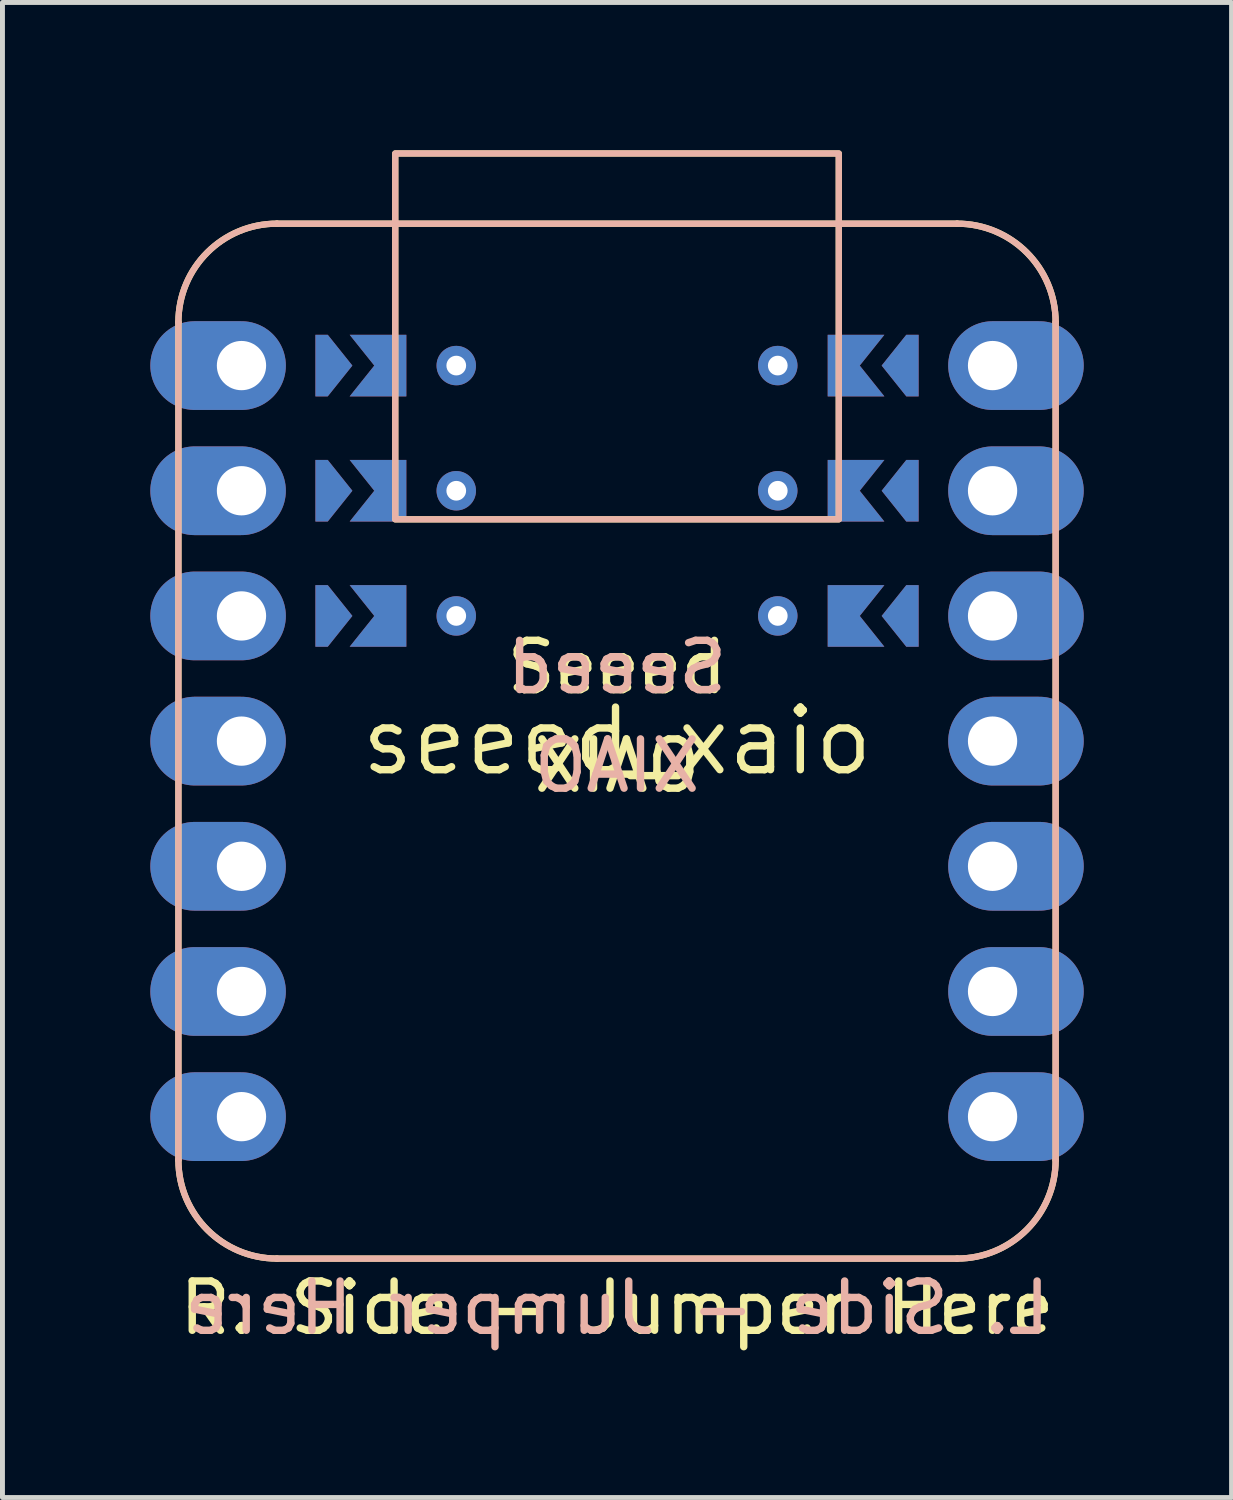
<source format=kicad_pcb>
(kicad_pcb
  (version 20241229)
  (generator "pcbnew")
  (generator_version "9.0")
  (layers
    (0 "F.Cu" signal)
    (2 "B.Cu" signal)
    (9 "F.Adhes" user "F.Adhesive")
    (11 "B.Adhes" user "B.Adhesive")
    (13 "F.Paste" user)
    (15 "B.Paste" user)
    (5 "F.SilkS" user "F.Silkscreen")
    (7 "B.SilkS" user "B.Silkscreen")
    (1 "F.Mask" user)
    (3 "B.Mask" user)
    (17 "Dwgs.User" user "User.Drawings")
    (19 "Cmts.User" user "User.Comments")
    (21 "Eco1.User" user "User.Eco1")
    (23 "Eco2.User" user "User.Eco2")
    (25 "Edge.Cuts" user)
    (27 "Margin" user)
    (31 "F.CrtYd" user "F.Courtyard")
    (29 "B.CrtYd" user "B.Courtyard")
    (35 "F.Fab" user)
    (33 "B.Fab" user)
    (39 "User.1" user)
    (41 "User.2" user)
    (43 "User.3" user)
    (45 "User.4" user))
  (footprint "seeed_xaio"
    (layer "F.Cu")
    (at 9.47 11.988)
    (property "Reference" "seeed_xaio" (at 0 0 180) (layer "F.SilkS") (effects (font (size 1.27 1.27) (thickness 0.15))))
    (attr smd exclude_from_pos_files)
    (fp_line (start -8.9 -8.5) (end -8.9 8.5) (stroke (width 0.127) (type solid)) (layer "F.SilkS"))
    (fp_line (start -6.9 10.5) (end 6.9 10.5) (stroke (width 0.127) (type solid)) (layer "F.SilkS"))
    (fp_line (start 6.9 -10.5) (end -6.9 -10.5) (stroke (width 0.127) (type solid)) (layer "F.SilkS"))
    (fp_line (start 8.9 8.5) (end 8.9 -8.5) (stroke (width 0.127) (type solid)) (layer "F.SilkS"))
    (fp_rect (start 4.5 -4.5) (end -4.5 -11.924) (stroke (width 0.127) (type solid)) (fill no) (layer "F.SilkS"))
    (fp_arc (start -8.9 -8.5) (mid -8.314214 -9.914214) (end -6.9 -10.5) (stroke (width 0.127) (type solid)) (layer "F.SilkS"))
    (fp_arc (start -6.9 10.5) (mid -8.314214 9.914214) (end -8.9 8.5) (stroke (width 0.127) (type solid)) (layer "F.SilkS"))
    (fp_arc (start 6.9 -10.5) (mid 8.314214 -9.914214) (end 8.9 -8.5) (stroke (width 0.127) (type solid)) (layer "F.SilkS"))
    (fp_arc (start 8.9 8.5) (mid 8.314214 9.914214) (end 6.9 10.5) (stroke (width 0.127) (type solid)) (layer "F.SilkS"))
    (fp_line (start -8.9 -8.5) (end -8.9 8.5) (stroke (width 0.127) (type solid)) (layer "B.SilkS"))
    (fp_line (start -6.9 10.5) (end 6.9 10.5) (stroke (width 0.127) (type solid)) (layer "B.SilkS"))
    (fp_line (start 6.9 -10.5) (end -6.9 -10.5) (stroke (width 0.127) (type solid)) (layer "B.SilkS"))
    (fp_line (start 8.9 8.5) (end 8.9 -8.5) (stroke (width 0.127) (type solid)) (layer "B.SilkS"))
    (fp_rect (start 4.5 -4.5) (end -4.5 -11.924) (stroke (width 0.127) (type solid)) (fill no) (layer "B.SilkS"))
    (fp_arc (start -8.9 -8.5) (mid -8.314214 -9.914214) (end -6.9 -10.5) (stroke (width 0.127) (type solid)) (layer "B.SilkS"))
    (fp_arc (start -6.9 10.5) (mid -8.314214 9.914214) (end -8.9 8.5) (stroke (width 0.127) (type solid)) (layer "B.SilkS"))
    (fp_arc (start 6.9 -10.5) (mid 8.314214 -9.914214) (end 8.9 -8.5) (stroke (width 0.127) (type solid)) (layer "B.SilkS"))
    (fp_arc (start 8.9 8.5) (mid 8.314214 9.914214) (end 6.9 10.5) (stroke (width 0.127) (type solid)) (layer "B.SilkS"))
    (fp_text user "XIAO" (at 0 0.5 180) (layer "F.SilkS") (effects (font (size 1 1) (thickness 0.15))))
    (fp_text user "Seeed" (at 0 -1.5 180) (layer "F.SilkS") (effects (font (size 1 1) (thickness 0.15))))
    (fp_text user "R. Side - Jumper Here" (at 0 11.5 180) (layer "F.SilkS") (effects (font (size 1 1) (thickness 0.15))))
    (fp_text user "Seeed" (at 0 -1.5 180) (layer "B.SilkS") (effects (font (size 1 1) (thickness 0.15)) (justify mirror)))
    (fp_text user "XIAO" (at 0 0.5 180) (layer "B.SilkS") (effects (font (size 1 1) (thickness 0.15)) (justify mirror)))
    (fp_text user "L. Side - Jumper Here" (at 0 11.5 180) (layer "B.SilkS") (effects (font (size 1 1) (thickness 0.15)) (justify mirror)))
    (pad "0" thru_hole oval (at -7.62 -7.62) (size 2.75 1.8) (drill 1 (offset -0.475 0)) (layers "*.Cu" "*.Mask"))
    (pad "0" smd custom (at -5.62 -7.62) (size 0.2 0.2) (layers "F.Cu" "F.Mask") (options (anchor rect)) (primitives (gr_poly (pts (xy -0.5 -0.625) (xy -0.25 -0.625) (xy 0.25 0) (xy -0.25 0.625) (xy -0.5 0.625)) (width 0) (fill yes))))
    (pad "0" smd custom (at -5.62 -7.62) (size 0.2 0.2) (layers "B.Cu" "B.Mask") (options (anchor rect)) (primitives (gr_poly (pts (xy -0.5 -0.625) (xy -0.25 -0.625) (xy 0.25 0) (xy -0.25 0.625) (xy -0.5 0.625)) (width 0) (fill yes))))
    (pad "0" smd custom (at -4.775 -7.62) (size 0.2 0.2) (layers "B.Cu" "B.Mask") (options (anchor rect)) (primitives (gr_poly (pts (xy -0.65 -0.625) (xy 0.5 -0.625) (xy 0.5 0.625) (xy -0.65 0.625) (xy -0.15 0)) (width 0) (fill yes))))
    (pad "0" thru_hole circle (at -3.262 -7.62 5) (size 0.8 0.8) (drill 0.4) (layers "*.Cu" "*.Mask"))
    (pad "0" smd custom (at 4.775 -7.62 180) (size 0.2 0.2) (layers "F.Cu" "F.Mask") (options (anchor rect)) (primitives (gr_poly (pts (xy -0.65 -0.625) (xy 0.5 -0.625) (xy 0.5 0.625) (xy -0.65 0.625) (xy -0.15 0)) (width 0) (fill yes))))
    (pad "1" thru_hole oval (at -7.62 -5.08) (size 2.75 1.8) (drill 1 (offset -0.475 0)) (layers "*.Cu" "*.Mask"))
    (pad "1" smd custom (at -5.62 -5.08) (size 0.2 0.2) (layers "F.Cu" "F.Mask") (options (anchor rect)) (primitives (gr_poly (pts (xy -0.5 -0.625) (xy -0.25 -0.625) (xy 0.25 0) (xy -0.25 0.625) (xy -0.5 0.625)) (width 0) (fill yes))))
    (pad "1" smd custom (at -5.62 -5.08) (size 0.2 0.2) (layers "B.Cu" "B.Mask") (options (anchor rect)) (primitives (gr_poly (pts (xy -0.5 -0.625) (xy -0.25 -0.625) (xy 0.25 0) (xy -0.25 0.625) (xy -0.5 0.625)) (width 0) (fill yes))))
    (pad "1" smd custom (at -4.775 -5.08) (size 0.2 0.2) (layers "B.Cu" "B.Mask") (options (anchor rect)) (primitives (gr_poly (pts (xy -0.65 -0.625) (xy 0.5 -0.625) (xy 0.5 0.625) (xy -0.65 0.625) (xy -0.15 0)) (width 0) (fill yes))))
    (pad "1" thru_hole circle (at -3.262 -5.08 5) (size 0.8 0.8) (drill 0.4) (layers "*.Cu" "*.Mask"))
    (pad "1" smd custom (at 4.775 -5.08 180) (size 0.2 0.2) (layers "F.Cu" "F.Mask") (options (anchor rect)) (primitives (gr_poly (pts (xy -0.65 -0.625) (xy 0.5 -0.625) (xy 0.5 0.625) (xy -0.65 0.625) (xy -0.15 0)) (width 0) (fill yes))))
    (pad "2" thru_hole oval (at -7.62 -2.54) (size 2.75 1.8) (drill 1 (offset -0.475 0)) (layers "*.Cu" "*.Mask"))
    (pad "2" smd custom (at -5.62 -2.54) (size 0.2 0.2) (layers "F.Cu" "F.Mask") (options (anchor rect)) (primitives (gr_poly (pts (xy -0.5 -0.625) (xy -0.25 -0.625) (xy 0.25 0) (xy -0.25 0.625) (xy -0.5 0.625)) (width 0) (fill yes))))
    (pad "2" smd custom (at -5.62 -2.54) (size 0.2 0.2) (layers "B.Cu" "B.Mask") (options (anchor rect)) (primitives (gr_poly (pts (xy -0.5 -0.625) (xy -0.25 -0.625) (xy 0.25 0) (xy -0.25 0.625) (xy -0.5 0.625)) (width 0) (fill yes))))
    (pad "2" smd custom (at -4.775 -2.54) (size 0.2 0.2) (layers "B.Cu" "B.Mask") (options (anchor rect)) (primitives (gr_poly (pts (xy -0.65 -0.625) (xy 0.5 -0.625) (xy 0.5 0.625) (xy -0.65 0.625) (xy -0.15 0)) (width 0) (fill yes))))
    (pad "2" thru_hole circle (at -3.262 -2.54 5) (size 0.8 0.8) (drill 0.4) (layers "*.Cu" "*.Mask"))
    (pad "2" smd custom (at 4.775 -2.54 180) (size 0.2 0.2) (layers "F.Cu" "F.Mask") (options (anchor rect)) (primitives (gr_poly (pts (xy -0.65 -0.625) (xy 0.5 -0.625) (xy 0.5 0.625) (xy -0.65 0.625) (xy -0.15 0)) (width 0) (fill yes))))
    (pad "3" thru_hole oval (at -7.62 0) (size 2.75 1.8) (drill 1 (offset -0.475 0)) (layers "*.Cu" "*.Mask"))
    (pad "4" thru_hole oval (at -7.62 2.54) (size 2.75 1.8) (drill 1 (offset -0.475 0)) (layers "*.Cu" "*.Mask"))
    (pad "5" thru_hole oval (at -7.62 5.08) (size 2.75 1.8) (drill 1 (offset -0.475 0)) (layers "*.Cu" "*.Mask"))
    (pad "6" thru_hole oval (at -7.62 7.62) (size 2.75 1.8) (drill 1 (offset -0.475 0)) (layers "*.Cu" "*.Mask"))
    (pad "7" thru_hole oval (at 7.62 7.62 180) (size 2.75 1.8) (drill 1 (offset -0.475 0)) (layers "*.Cu" "*.Mask"))
    (pad "8" thru_hole oval (at 7.62 5.08 180) (size 2.75 1.8) (drill 1 (offset -0.475 0)) (layers "*.Cu" "*.Mask"))
    (pad "9" thru_hole oval (at 7.62 2.54 180) (size 2.75 1.8) (drill 1 (offset -0.475 0)) (layers "*.Cu" "*.Mask"))
    (pad "10" thru_hole oval (at 7.62 0 180) (size 2.75 1.8) (drill 1 (offset -0.475 0)) (layers "*.Cu" "*.Mask"))
    (pad "11" smd custom (at -4.775 -2.54) (size 0.2 0.2) (layers "F.Cu" "F.Mask") (options (anchor rect)) (primitives (gr_poly (pts (xy -0.65 -0.625) (xy 0.5 -0.625) (xy 0.5 0.625) (xy -0.65 0.625) (xy -0.15 0)) (width 0) (fill yes))))
    (pad "11" thru_hole circle (at 3.262 -2.54 5) (size 0.8 0.8) (drill 0.4) (layers "*.Cu" "*.Mask"))
    (pad "11" smd custom (at 4.775 -2.54 180) (size 0.2 0.2) (layers "B.Cu" "B.Mask") (options (anchor rect)) (primitives (gr_poly (pts (xy -0.65 -0.625) (xy 0.5 -0.625) (xy 0.5 0.625) (xy -0.65 0.625) (xy -0.15 0)) (width 0) (fill yes))))
    (pad "11" smd custom (at 5.62 -2.54 180) (size 0.2 0.2) (layers "F.Cu" "F.Mask") (options (anchor rect)) (primitives (gr_poly (pts (xy -0.5 -0.625) (xy -0.25 -0.625) (xy 0.25 0) (xy -0.25 0.625) (xy -0.5 0.625)) (width 0) (fill yes))))
    (pad "11" smd custom (at 5.62 -2.54 180) (size 0.2 0.2) (layers "B.Cu" "B.Mask") (options (anchor rect)) (primitives (gr_poly (pts (xy -0.5 -0.625) (xy -0.25 -0.625) (xy 0.25 0) (xy -0.25 0.625) (xy -0.5 0.625)) (width 0) (fill yes))))
    (pad "11" thru_hole oval (at 7.62 -2.54 180) (size 2.75 1.8) (drill 1 (offset -0.475 0)) (layers "*.Cu" "*.Mask"))
    (pad "12" smd custom (at -4.775 -5.08) (size 0.2 0.2) (layers "F.Cu" "F.Mask") (options (anchor rect)) (primitives (gr_poly (pts (xy -0.65 -0.625) (xy 0.5 -0.625) (xy 0.5 0.625) (xy -0.65 0.625) (xy -0.15 0)) (width 0) (fill yes))))
    (pad "12" thru_hole circle (at 3.262 -5.08 5) (size 0.8 0.8) (drill 0.4) (layers "*.Cu" "*.Mask"))
    (pad "12" smd custom (at 4.775 -5.08 180) (size 0.2 0.2) (layers "B.Cu" "B.Mask") (options (anchor rect)) (primitives (gr_poly (pts (xy -0.65 -0.625) (xy 0.5 -0.625) (xy 0.5 0.625) (xy -0.65 0.625) (xy -0.15 0)) (width 0) (fill yes))))
    (pad "12" smd custom (at 5.62 -5.08 180) (size 0.2 0.2) (layers "F.Cu" "F.Mask") (options (anchor rect)) (primitives (gr_poly (pts (xy -0.5 -0.625) (xy -0.25 -0.625) (xy 0.25 0) (xy -0.25 0.625) (xy -0.5 0.625)) (width 0) (fill yes))))
    (pad "12" smd custom (at 5.62 -5.08 180) (size 0.2 0.2) (layers "B.Cu" "B.Mask") (options (anchor rect)) (primitives (gr_poly (pts (xy -0.5 -0.625) (xy -0.25 -0.625) (xy 0.25 0) (xy -0.25 0.625) (xy -0.5 0.625)) (width 0) (fill yes))))
    (pad "12" thru_hole oval (at 7.62 -5.08 180) (size 2.75 1.8) (drill 1 (offset -0.475 0)) (layers "*.Cu" "*.Mask"))
    (pad "13" smd custom (at -4.775 -7.62) (size 0.2 0.2) (layers "F.Cu" "F.Mask") (options (anchor rect)) (primitives (gr_poly (pts (xy -0.65 -0.625) (xy 0.5 -0.625) (xy 0.5 0.625) (xy -0.65 0.625) (xy -0.15 0)) (width 0) (fill yes))))
    (pad "13" thru_hole circle (at 3.262 -7.62 5) (size 0.8 0.8) (drill 0.4) (layers "*.Cu" "*.Mask"))
    (pad "13" smd custom (at 4.775 -7.62 180) (size 0.2 0.2) (layers "B.Cu" "B.Mask") (options (anchor rect)) (primitives (gr_poly (pts (xy -0.65 -0.625) (xy 0.5 -0.625) (xy 0.5 0.625) (xy -0.65 0.625) (xy -0.15 0)) (width 0) (fill yes))))
    (pad "13" smd custom (at 5.62 -7.62 180) (size 0.2 0.2) (layers "F.Cu" "F.Mask") (options (anchor rect)) (primitives (gr_poly (pts (xy -0.5 -0.625) (xy -0.25 -0.625) (xy 0.25 0) (xy -0.25 0.625) (xy -0.5 0.625)) (width 0) (fill yes))))
    (pad "13" smd custom (at 5.62 -7.62 180) (size 0.2 0.2) (layers "B.Cu" "B.Mask") (options (anchor rect)) (primitives (gr_poly (pts (xy -0.5 -0.625) (xy -0.25 -0.625) (xy 0.25 0) (xy -0.25 0.625) (xy -0.5 0.625)) (width 0) (fill yes))))
    (pad "13" thru_hole oval (at 7.62 -7.62 180) (size 2.75 1.8) (drill 1 (offset -0.475 0)) (layers "*.Cu" "*.Mask")))
  (gr_rect
    (start -3 -3)
    (end 21.94 27.336)
    (stroke (width 0.1) (type default))
    (fill no)
    (layer "Edge.Cuts")))
</source>
